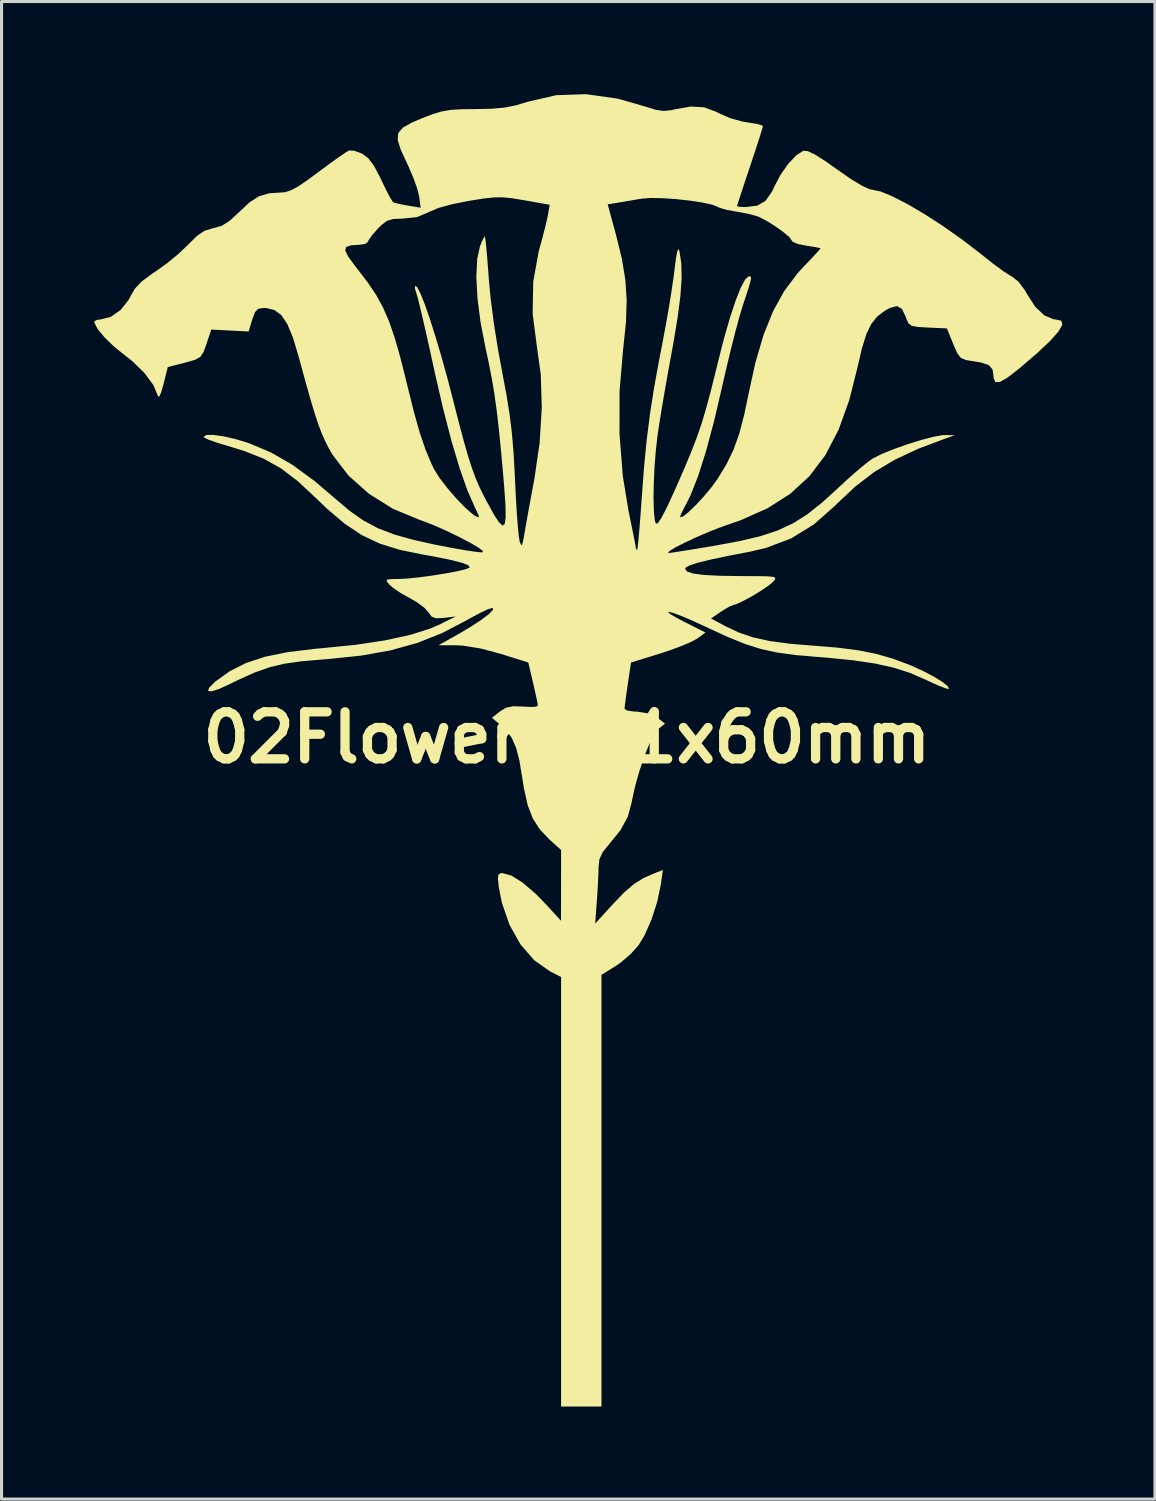
<source format=kicad_pcb>
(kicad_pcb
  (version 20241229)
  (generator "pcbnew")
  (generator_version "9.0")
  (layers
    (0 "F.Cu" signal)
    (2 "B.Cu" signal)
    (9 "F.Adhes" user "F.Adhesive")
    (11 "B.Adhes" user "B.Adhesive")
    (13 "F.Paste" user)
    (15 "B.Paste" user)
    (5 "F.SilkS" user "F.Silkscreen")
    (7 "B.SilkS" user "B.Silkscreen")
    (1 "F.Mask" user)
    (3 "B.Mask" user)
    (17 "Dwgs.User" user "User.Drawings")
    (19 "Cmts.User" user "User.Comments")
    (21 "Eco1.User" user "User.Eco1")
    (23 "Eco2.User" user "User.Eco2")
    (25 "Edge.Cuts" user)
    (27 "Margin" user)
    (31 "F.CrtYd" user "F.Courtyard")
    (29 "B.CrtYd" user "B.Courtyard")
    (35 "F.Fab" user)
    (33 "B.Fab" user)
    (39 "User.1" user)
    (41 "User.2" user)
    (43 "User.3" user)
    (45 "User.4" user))
  (footprint "02Flower43.1x60mm"
    (layer "F.Cu")
    (at 15.309 20.838)
    (property "Reference" "02Flower43.1x60mm" (at 0 0 0) (layer "F.SilkS") (effects (font (size 1.524 1.524) (thickness 0.3))))
    (attr board_only exclude_from_pos_files exclude_from_bom)
    (fp_poly (pts (xy 1.642 -20.694) (xy 2.53 -20.44) (xy 2.876 -20.333) (xy 3.132 -20.295) (xy 3.376 -20.319) (xy 3.503 -20.348) (xy 4.02 -20.438) (xy 4.448 -20.412) (xy 4.85 -20.263) (xy 4.936 -20.216) (xy 5.283 -20.064) (xy 5.685 -19.951) (xy 5.847 -19.924) (xy 6.124 -19.881) (xy 6.307 -19.833) (xy 6.35 -19.804) (xy 6.322 -19.698) (xy 6.244 -19.448) (xy 6.128 -19.089) (xy 5.985 -18.654) (xy 5.93 -18.49) (xy 5.779 -18.039) (xy 5.653 -17.656) (xy 5.56 -17.374) (xy 5.513 -17.225) (xy 5.51 -17.21) (xy 5.591 -17.19) (xy 5.784 -17.182) (xy 6.162 -17.227) (xy 6.433 -17.382) (xy 6.642 -17.679) (xy 6.711 -17.827) (xy 6.917 -18.222) (xy 7.168 -18.58) (xy 7.427 -18.856) (xy 7.658 -19.004) (xy 7.663 -19.005) (xy 7.802 -18.993) (xy 8.03 -18.886) (xy 8.364 -18.675) (xy 8.749 -18.403) (xy 9.193 -18.094) (xy 9.554 -17.875) (xy 9.81 -17.758) (xy 9.893 -17.742) (xy 10.169 -17.684) (xy 10.562 -17.521) (xy 11.047 -17.27) (xy 11.597 -16.946) (xy 12.186 -16.564) (xy 12.788 -16.14) (xy 13.376 -15.689) (xy 13.506 -15.585) (xy 13.833 -15.327) (xy 14.135 -15.107) (xy 14.364 -14.957) (xy 14.424 -14.926) (xy 14.63 -14.762) (xy 14.836 -14.485) (xy 14.899 -14.372) (xy 15.163 -13.96) (xy 15.462 -13.676) (xy 15.767 -13.546) (xy 15.841 -13.54) (xy 16.017 -13.499) (xy 16.047 -13.373) (xy 15.928 -13.158) (xy 15.659 -12.853) (xy 15.236 -12.454) (xy 14.657 -11.958) (xy 14.623 -11.93) (xy 14.27 -11.657) (xy 14.027 -11.519) (xy 13.883 -11.513) (xy 13.823 -11.635) (xy 13.819 -11.696) (xy 13.787 -11.92) (xy 13.67 -12.06) (xy 13.429 -12.144) (xy 13.198 -12.183) (xy 12.924 -12.227) (xy 12.759 -12.298) (xy 12.647 -12.441) (xy 12.53 -12.704) (xy 12.512 -12.75) (xy 12.308 -13.252) (xy 11.695 -13.28) (xy 11.365 -13.298) (xy 11.173 -13.334) (xy 11.068 -13.41) (xy 11 -13.551) (xy 10.972 -13.634) (xy 10.851 -13.886) (xy 10.689 -13.976) (xy 10.455 -13.912) (xy 10.295 -13.822) (xy 10.05 -13.635) (xy 9.855 -13.39) (xy 9.695 -13.054) (xy 9.553 -12.593) (xy 9.431 -12.062) (xy 9.148 -10.934) (xy 8.8 -9.969) (xy 8.374 -9.152) (xy 7.857 -8.466) (xy 7.235 -7.896) (xy 6.497 -7.425) (xy 5.629 -7.039) (xy 5.237 -6.903) (xy 4.904 -6.784) (xy 4.535 -6.636) (xy 4.163 -6.474) (xy 3.819 -6.313) (xy 3.535 -6.169) (xy 3.343 -6.055) (xy 3.276 -5.989) (xy 3.302 -5.978) (xy 3.418 -5.992) (xy 3.684 -6.033) (xy 4.066 -6.094) (xy 4.529 -6.171) (xy 4.776 -6.212) (xy 5.594 -6.363) (xy 6.266 -6.522) (xy 6.829 -6.708) (xy 7.324 -6.938) (xy 7.788 -7.232) (xy 8.262 -7.607) (xy 8.784 -8.082) (xy 8.815 -8.112) (xy 9.158 -8.428) (xy 9.489 -8.716) (xy 9.763 -8.936) (xy 9.901 -9.034) (xy 10.191 -9.181) (xy 10.587 -9.342) (xy 11.036 -9.501) (xy 11.487 -9.641) (xy 11.887 -9.745) (xy 12.184 -9.796) (xy 12.247 -9.798) (xy 12.56 -9.79) (xy 12.28 -9.693) (xy 11.375 -9.352) (xy 10.614 -8.996) (xy 9.951 -8.598) (xy 9.343 -8.132) (xy 8.746 -7.572) (xy 8.7 -7.524) (xy 8.001 -6.903) (xy 7.262 -6.449) (xy 6.443 -6.14) (xy 5.93 -6.021) (xy 5.196 -5.879) (xy 4.635 -5.76) (xy 4.231 -5.66) (xy 3.973 -5.575) (xy 3.847 -5.503) (xy 3.829 -5.466) (xy 3.891 -5.379) (xy 4.087 -5.313) (xy 4.428 -5.268) (xy 4.929 -5.241) (xy 5.601 -5.231) (xy 5.687 -5.23) (xy 6.168 -5.229) (xy 6.488 -5.223) (xy 6.673 -5.207) (xy 6.75 -5.176) (xy 6.744 -5.125) (xy 6.683 -5.049) (xy 6.675 -5.041) (xy 6.518 -4.91) (xy 6.264 -4.74) (xy 5.969 -4.563) (xy 5.686 -4.411) (xy 5.47 -4.314) (xy 5.395 -4.296) (xy 5.272 -4.247) (xy 5.065 -4.126) (xy 4.991 -4.077) (xy 4.669 -3.858) (xy 5.113 -3.619) (xy 5.558 -3.407) (xy 6.029 -3.246) (xy 6.567 -3.127) (xy 7.212 -3.04) (xy 7.928 -2.981) (xy 8.745 -2.915) (xy 9.423 -2.829) (xy 10.009 -2.713) (xy 10.552 -2.558) (xy 11.099 -2.354) (xy 11.152 -2.332) (xy 11.543 -2.154) (xy 11.894 -1.969) (xy 12.171 -1.798) (xy 12.342 -1.659) (xy 12.374 -1.573) (xy 12.373 -1.572) (xy 12.276 -1.591) (xy 12.052 -1.677) (xy 11.744 -1.815) (xy 11.604 -1.882) (xy 11.112 -2.095) (xy 10.581 -2.265) (xy 9.977 -2.399) (xy 9.265 -2.504) (xy 8.411 -2.589) (xy 8.124 -2.611) (xy 7.405 -2.673) (xy 6.812 -2.754) (xy 6.286 -2.868) (xy 5.772 -3.031) (xy 5.212 -3.258) (xy 4.549 -3.564) (xy 4.104 -3.77) (xy 3.74 -3.926) (xy 3.471 -4.028) (xy 3.312 -4.073) (xy 3.276 -4.059) (xy 3.377 -3.982) (xy 3.628 -3.84) (xy 3.87 -3.715) (xy 4.49 -3.402) (xy 4.229 -3.21) (xy 4.03 -3.101) (xy 3.704 -2.962) (xy 3.301 -2.814) (xy 3.023 -2.723) (xy 2.077 -2.43) (xy 1.973 -1.725) (xy 1.922 -1.375) (xy 1.885 -1.096) (xy 1.868 -0.94) (xy 1.868 -0.93) (xy 1.951 -0.876) (xy 2.161 -0.844) (xy 2.275 -0.84) (xy 2.712 -0.769) (xy 2.931 -0.645) (xy 3.179 -0.45) (xy 2.949 -0.27) (xy 2.82 -0.098) (xy 2.667 0.215) (xy 2.504 0.625) (xy 2.347 1.091) (xy 2.212 1.571) (xy 2.112 2.022) (xy 2.099 2.098) (xy 1.973 2.564) (xy 1.737 2.999) (xy 1.388 3.43) (xy 1.164 3.705) (xy 1.055 3.938) (xy 1.027 4.186) (xy 1.02 4.459) (xy 1.001 4.84) (xy 0.975 5.25) (xy 0.972 5.285) (xy 0.917 6.023) (xy 1.497 5.389) (xy 1.862 5.01) (xy 2.173 4.743) (xy 2.482 4.55) (xy 2.843 4.391) (xy 2.861 4.384) (xy 3.108 4.29) (xy 3.047 4.737) (xy 2.931 5.305) (xy 2.745 5.885) (xy 2.516 6.405) (xy 2.323 6.725) (xy 2.073 7.004) (xy 1.751 7.281) (xy 1.581 7.399) (xy 1.121 7.685) (xy 1.121 21.665) (xy -0.187 21.665) (xy -0.187 7.755) (xy -0.547 7.571) (xy -1.059 7.21) (xy -1.502 6.699) (xy -1.857 6.067) (xy -2.107 5.343) (xy -2.206 4.833) (xy -2.234 4.564) (xy -2.215 4.433) (xy -2.135 4.391) (xy -2.09 4.389) (xy -1.799 4.468) (xy -1.433 4.696) (xy -1.012 5.057) (xy -0.725 5.35) (xy -0.19 5.93) (xy -0.188 4.786) (xy -0.187 3.641) (xy -0.567 3.298) (xy -0.876 2.975) (xy -1.103 2.621) (xy -1.268 2.192) (xy -1.391 1.642) (xy -1.442 1.318) (xy -1.536 0.747) (xy -1.647 0.322) (xy -1.789 0.003) (xy -1.981 -0.25) (xy -2.144 -0.403) (xy -2.427 -0.641) (xy -2.171 -0.843) (xy -1.97 -0.967) (xy -1.74 -1.015) (xy -1.424 -1.005) (xy -1.15 -0.992) (xy -0.972 -1.002) (xy -0.933 -1.02) (xy -0.952 -1.131) (xy -1.004 -1.374) (xy -1.078 -1.7) (xy -1.09 -1.753) (xy -1.249 -2.432) (xy -2.138 -2.71) (xy -2.8 -2.887) (xy -3.37 -2.978) (xy -3.592 -2.989) (xy -4.156 -2.991) (xy -3.502 -3.358) (xy -3.101 -3.596) (xy -2.767 -3.816) (xy -2.524 -4.001) (xy -2.394 -4.134) (xy -2.399 -4.196) (xy -2.42 -4.199) (xy -2.556 -4.156) (xy -2.807 -4.038) (xy -3.127 -3.867) (xy -3.26 -3.791) (xy -4.044 -3.383) (xy -4.848 -3.064) (xy -5.712 -2.824) (xy -6.673 -2.653) (xy -7.772 -2.54) (xy -7.913 -2.529) (xy -8.595 -2.471) (xy -9.149 -2.392) (xy -9.635 -2.276) (xy -10.111 -2.107) (xy -10.636 -1.871) (xy -10.898 -1.742) (xy -11.266 -1.573) (xy -11.511 -1.497) (xy -11.622 -1.51) (xy -11.589 -1.611) (xy -11.401 -1.799) (xy -11.38 -1.818) (xy -10.915 -2.152) (xy -10.388 -2.416) (xy -9.771 -2.619) (xy -9.033 -2.769) (xy -8.146 -2.876) (xy -7.916 -2.896) (xy -6.838 -3.005) (xy -5.886 -3.149) (xy -5.078 -3.324) (xy -4.43 -3.528) (xy -4.156 -3.647) (xy -3.595 -3.924) (xy -3.977 -3.877) (xy -4.234 -3.863) (xy -4.38 -3.916) (xy -4.475 -4.048) (xy -4.62 -4.208) (xy -4.873 -4.394) (xy -5.082 -4.513) (xy -5.383 -4.683) (xy -5.635 -4.854) (xy -5.743 -4.949) (xy -5.834 -5.06) (xy -5.824 -5.115) (xy -5.684 -5.134) (xy -5.447 -5.136) (xy -5.161 -5.151) (xy -4.785 -5.19) (xy -4.365 -5.246) (xy -3.946 -5.313) (xy -3.575 -5.382) (xy -3.295 -5.447) (xy -3.152 -5.5) (xy -3.149 -5.503) (xy -3.176 -5.572) (xy -3.382 -5.656) (xy -3.76 -5.754) (xy -4.301 -5.863) (xy -4.64 -5.923) (xy -5.41 -6.08) (xy -6.061 -6.283) (xy -6.64 -6.556) (xy -7.194 -6.925) (xy -7.769 -7.413) (xy -8.15 -7.779) (xy -8.723 -8.312) (xy -9.259 -8.718) (xy -9.815 -9.03) (xy -10.448 -9.283) (xy -11.001 -9.452) (xy -11.347 -9.556) (xy -11.612 -9.651) (xy -11.753 -9.719) (xy -11.765 -9.735) (xy -11.684 -9.798) (xy -11.462 -9.804) (xy -11.134 -9.76) (xy -10.735 -9.669) (xy -10.303 -9.537) (xy -10.286 -9.531) (xy -9.585 -9.236) (xy -8.888 -8.834) (xy -8.163 -8.303) (xy -7.527 -7.76) (xy -7.047 -7.353) (xy -6.593 -7.033) (xy -6.12 -6.781) (xy -5.587 -6.576) (xy -4.95 -6.398) (xy -4.249 -6.244) (xy -3.756 -6.149) (xy -3.32 -6.072) (xy -2.977 -6.02) (xy -2.765 -5.999) (xy -2.721 -6.001) (xy -2.728 -6.051) (xy -2.874 -6.159) (xy -3.127 -6.307) (xy -3.452 -6.479) (xy -3.819 -6.658) (xy -4.194 -6.828) (xy -4.544 -6.971) (xy -4.763 -7.049) (xy -5.632 -7.409) (xy -6.411 -7.896) (xy -7.074 -8.488) (xy -7.593 -9.165) (xy -7.719 -9.386) (xy -7.836 -9.619) (xy -7.943 -9.863) (xy -8.05 -10.145) (xy -8.165 -10.493) (xy -8.298 -10.934) (xy -8.457 -11.497) (xy -8.651 -12.208) (xy -8.69 -12.351) (xy -8.871 -12.953) (xy -9.052 -13.389) (xy -9.247 -13.681) (xy -9.471 -13.848) (xy -9.738 -13.912) (xy -9.809 -13.914) (xy -9.989 -13.889) (xy -10.099 -13.782) (xy -10.189 -13.543) (xy -10.192 -13.533) (xy -10.306 -13.152) (xy -10.911 -13.183) (xy -11.517 -13.214) (xy -11.672 -12.747) (xy -11.767 -12.486) (xy -11.868 -12.333) (xy -12.03 -12.239) (xy -12.309 -12.157) (xy -12.377 -12.14) (xy -12.925 -12) (xy -13.065 -11.439) (xy -13.145 -11.165) (xy -13.208 -11.035) (xy -13.243 -11.061) (xy -13.392 -11.417) (xy -13.682 -11.809) (xy -14.081 -12.198) (xy -14.313 -12.38) (xy -14.667 -12.664) (xy -14.972 -12.96) (xy -15.196 -13.231) (xy -15.304 -13.441) (xy -15.309 -13.47) (xy -15.235 -13.525) (xy -15.105 -13.541) (xy -14.772 -13.625) (xy -14.451 -13.85) (xy -14.195 -14.173) (xy -14.135 -14.29) (xy -13.99 -14.541) (xy -13.772 -14.77) (xy -13.437 -15.02) (xy -13.326 -15.093) (xy -12.946 -15.364) (xy -12.563 -15.68) (xy -12.464 -15.775) (xy -7.178 -15.775) (xy -7.082 -15.578) (xy -6.86 -15.274) (xy -6.742 -15.125) (xy -6.43 -14.714) (xy -6.171 -14.326) (xy -5.953 -13.927) (xy -5.761 -13.486) (xy -5.582 -12.968) (xy -5.402 -12.342) (xy -5.208 -11.575) (xy -5.141 -11.299) (xy -4.942 -10.503) (xy -4.758 -9.856) (xy -4.577 -9.326) (xy -4.389 -8.876) (xy -4.297 -8.687) (xy -4.124 -8.411) (xy -3.871 -8.081) (xy -3.58 -7.743) (xy -3.291 -7.444) (xy -3.047 -7.232) (xy -2.962 -7.176) (xy -2.863 -7.133) (xy -2.848 -7.174) (xy -2.919 -7.333) (xy -2.975 -7.445) (xy -3.219 -8) (xy -3.475 -8.729) (xy -3.74 -9.619) (xy -4.009 -10.658) (xy -4.28 -11.834) (xy -4.296 -11.91) (xy -4.434 -12.54) (xy -4.564 -13.121) (xy -4.679 -13.622) (xy -4.773 -14.016) (xy -4.839 -14.275) (xy -4.864 -14.356) (xy -4.919 -14.542) (xy -4.919 -14.629) (xy -4.85 -14.59) (xy -4.743 -14.388) (xy -4.605 -14.043) (xy -4.441 -13.574) (xy -4.259 -13.002) (xy -4.064 -12.344) (xy -3.864 -11.621) (xy -3.694 -10.97) (xy -3.502 -10.217) (xy -3.342 -9.615) (xy -3.205 -9.135) (xy -3.081 -8.746) (xy -2.961 -8.418) (xy -2.834 -8.122) (xy -2.69 -7.828) (xy -2.598 -7.652) (xy -2.371 -7.24) (xy -2.202 -6.976) (xy -2.083 -6.866) (xy -2.012 -6.917) (xy -1.982 -7.133) (xy -1.988 -7.52) (xy -2.027 -8.085) (xy -2.045 -8.301) (xy -2.124 -9.196) (xy -2.197 -9.94) (xy -2.27 -10.572) (xy -2.347 -11.128) (xy -2.434 -11.646) (xy -2.535 -12.161) (xy -2.632 -12.607) (xy -2.795 -13.449) (xy -2.896 -14.231) (xy -2.932 -14.924) (xy -2.904 -15.499) (xy -2.816 -15.905) (xy -2.73 -16.118) (xy -2.667 -16.224) (xy -2.655 -16.226) (xy -2.636 -16.126) (xy -2.609 -15.873) (xy -2.577 -15.504) (xy -2.542 -15.051) (xy -2.531 -14.889) (xy -2.468 -14.22) (xy -2.367 -13.436) (xy -2.236 -12.607) (xy -2.099 -11.86) (xy -1.957 -11.107) (xy -1.853 -10.462) (xy -1.779 -9.851) (xy -1.725 -9.205) (xy -1.684 -8.45) (xy -1.68 -8.358) (xy -1.652 -7.786) (xy -1.62 -7.265) (xy -1.587 -6.829) (xy -1.556 -6.513) (xy -1.529 -6.35) (xy -1.482 -6.235) (xy -1.445 -6.254) (xy -1.405 -6.428) (xy -1.378 -6.583) (xy -1.332 -6.85) (xy -1.261 -7.25) (xy -1.172 -7.733) (xy -1.076 -8.25) (xy -1.055 -8.358) (xy -0.882 -9.541) (xy -0.812 -10.69) (xy -0.845 -11.764) (xy -0.969 -12.653) (xy -1.108 -13.726) (xy -1.089 -14.767) (xy -0.913 -15.742) (xy -0.898 -15.795) (xy -0.787 -16.199) (xy -0.691 -16.579) (xy -0.625 -16.865) (xy -0.616 -16.915) (xy -0.556 -17.255) (xy -0.637 -17.27) (xy 1.322 -17.27) (xy 1.595 -16.269) (xy 1.781 -15.511) (xy 1.893 -14.833) (xy 1.937 -14.172) (xy 1.915 -13.466) (xy 1.831 -12.65) (xy 1.821 -12.575) (xy 1.707 -11.222) (xy 1.705 -9.831) (xy 1.812 -8.468) (xy 1.999 -7.331) (xy 2.09 -6.892) (xy 2.165 -6.52) (xy 2.217 -6.251) (xy 2.238 -6.126) (xy 2.238 -6.124) (xy 2.269 -6.071) (xy 2.277 -6.078) (xy 2.295 -6.179) (xy 2.322 -6.436) (xy 2.355 -6.818) (xy 2.392 -7.294) (xy 2.424 -7.751) (xy 2.499 -8.75) (xy 2.585 -9.635) (xy 2.691 -10.473) (xy 2.825 -11.331) (xy 2.997 -12.274) (xy 3.08 -12.7) (xy 3.192 -13.292) (xy 3.301 -13.911) (xy 3.395 -14.493) (xy 3.464 -14.973) (xy 3.477 -15.081) (xy 3.53 -15.495) (xy 3.572 -15.737) (xy 3.609 -15.823) (xy 3.642 -15.765) (xy 3.65 -15.735) (xy 3.707 -15.346) (xy 3.716 -14.872) (xy 3.676 -14.291) (xy 3.584 -13.582) (xy 3.44 -12.722) (xy 3.398 -12.495) (xy 3.282 -11.859) (xy 3.168 -11.213) (xy 3.065 -10.605) (xy 2.982 -10.088) (xy 2.933 -9.758) (xy 2.878 -9.265) (xy 2.837 -8.736) (xy 2.814 -8.21) (xy 2.807 -7.727) (xy 2.819 -7.323) (xy 2.848 -7.039) (xy 2.883 -6.926) (xy 2.95 -6.947) (xy 3.073 -7.134) (xy 3.256 -7.49) (xy 3.499 -8.019) (xy 3.534 -8.099) (xy 3.811 -8.732) (xy 4.032 -9.262) (xy 4.214 -9.735) (xy 4.371 -10.194) (xy 4.517 -10.685) (xy 4.669 -11.252) (xy 4.841 -11.94) (xy 4.912 -12.233) (xy 5.103 -12.978) (xy 5.292 -13.629) (xy 5.472 -14.169) (xy 5.636 -14.579) (xy 5.779 -14.842) (xy 5.893 -14.941) (xy 5.898 -14.941) (xy 5.947 -14.933) (xy 5.966 -14.887) (xy 5.946 -14.773) (xy 5.883 -14.557) (xy 5.77 -14.209) (xy 5.707 -14.021) (xy 5.598 -13.663) (xy 5.464 -13.17) (xy 5.316 -12.588) (xy 5.166 -11.966) (xy 5.046 -11.439) (xy 4.772 -10.265) (xy 4.507 -9.274) (xy 4.251 -8.468) (xy 4.005 -7.846) (xy 3.868 -7.573) (xy 3.742 -7.334) (xy 3.672 -7.173) (xy 3.665 -7.136) (xy 3.761 -7.161) (xy 3.94 -7.302) (xy 4.173 -7.526) (xy 4.428 -7.801) (xy 4.674 -8.095) (xy 4.881 -8.377) (xy 4.886 -8.385) (xy 5.173 -8.859) (xy 5.4 -9.331) (xy 5.586 -9.851) (xy 5.747 -10.468) (xy 5.875 -11.087) (xy 6.106 -12.144) (xy 6.37 -13.042) (xy 6.677 -13.805) (xy 7.039 -14.46) (xy 7.467 -15.031) (xy 7.679 -15.264) (xy 7.926 -15.521) (xy 8.113 -15.722) (xy 8.21 -15.833) (xy 8.218 -15.844) (xy 8.134 -15.869) (xy 7.921 -15.906) (xy 7.751 -15.931) (xy 7.485 -15.985) (xy 7.315 -16.055) (xy 7.284 -16.097) (xy 7.21 -16.204) (xy 7.019 -16.367) (xy 6.761 -16.553) (xy 6.481 -16.728) (xy 6.228 -16.859) (xy 6.163 -16.885) (xy 5.93 -16.95) (xy 5.611 -17.014) (xy 5.463 -17.038) (xy 5.175 -17.092) (xy 4.962 -17.152) (xy 4.903 -17.181) (xy 4.725 -17.254) (xy 4.409 -17.325) (xy 4.003 -17.388) (xy 3.553 -17.438) (xy 3.109 -17.469) (xy 2.718 -17.477) (xy 2.429 -17.455) (xy 2.428 -17.455) (xy 2.077 -17.395) (xy 1.752 -17.34) (xy 1.618 -17.318) (xy 1.322 -17.27) (xy -0.637 -17.27) (xy -1.375 -17.401) (xy -1.764 -17.466) (xy -2.07 -17.497) (xy -2.36 -17.495) (xy -2.699 -17.458) (xy -3.152 -17.386) (xy -3.175 -17.382) (xy -3.721 -17.273) (xy -4.163 -17.151) (xy -4.461 -17.026) (xy -4.482 -17.013) (xy -4.852 -16.857) (xy -5.312 -16.809) (xy -5.624 -16.796) (xy -5.832 -16.733) (xy -6.019 -16.587) (xy -6.129 -16.475) (xy -6.312 -16.265) (xy -6.425 -16.103) (xy -6.443 -16.055) (xy -6.524 -15.99) (xy -6.7 -15.962) (xy -6.988 -15.943) (xy -7.147 -15.889) (xy -7.178 -15.775) (xy -12.464 -15.775) (xy -12.259 -15.971) (xy -12.259 -15.971) (xy -11.975 -16.252) (xy -11.736 -16.413) (xy -11.482 -16.492) (xy -11.448 -16.498) (xy -11.175 -16.576) (xy -10.914 -16.741) (xy -10.623 -17.012) (xy -10.273 -17.339) (xy -9.964 -17.535) (xy -9.64 -17.629) (xy -9.317 -17.649) (xy -9.128 -17.664) (xy -8.94 -17.722) (xy -8.716 -17.841) (xy -8.418 -18.043) (xy -8.059 -18.307) (xy -7.703 -18.571) (xy -7.393 -18.794) (xy -7.164 -18.95) (xy -7.056 -19.014) (xy -6.892 -19.007) (xy -6.661 -18.925) (xy -6.629 -18.909) (xy -6.435 -18.767) (xy -6.255 -18.531) (xy -6.058 -18.163) (xy -6.013 -18.067) (xy -5.857 -17.742) (xy -5.725 -17.489) (xy -5.638 -17.351) (xy -5.626 -17.338) (xy -5.498 -17.299) (xy -5.258 -17.249) (xy -5.146 -17.229) (xy -4.735 -17.161) (xy -4.784 -17.528) (xy -4.849 -17.788) (xy -4.977 -18.144) (xy -5.143 -18.528) (xy -5.179 -18.604) (xy -5.381 -19.042) (xy -5.479 -19.354) (xy -5.461 -19.579) (xy -5.314 -19.753) (xy -5.028 -19.914) (xy -4.716 -20.048) (xy -4.357 -20.188) (xy -4.064 -20.277) (xy -3.772 -20.328) (xy -3.419 -20.35) (xy -2.967 -20.355) (xy -2.443 -20.366) (xy -2.035 -20.401) (xy -1.673 -20.471) (xy -1.288 -20.585) (xy -1.258 -20.595) (xy -0.344 -20.805) (xy 0.622 -20.838)) (stroke (width 0) (type solid)) (fill yes) (layer "F.SilkS")))
  (gr_rect
    (start -3 -3)
    (end 34.356 45.502)
    (stroke (width 0.1) (type default))
    (fill no)
    (layer "Edge.Cuts")))
</source>
